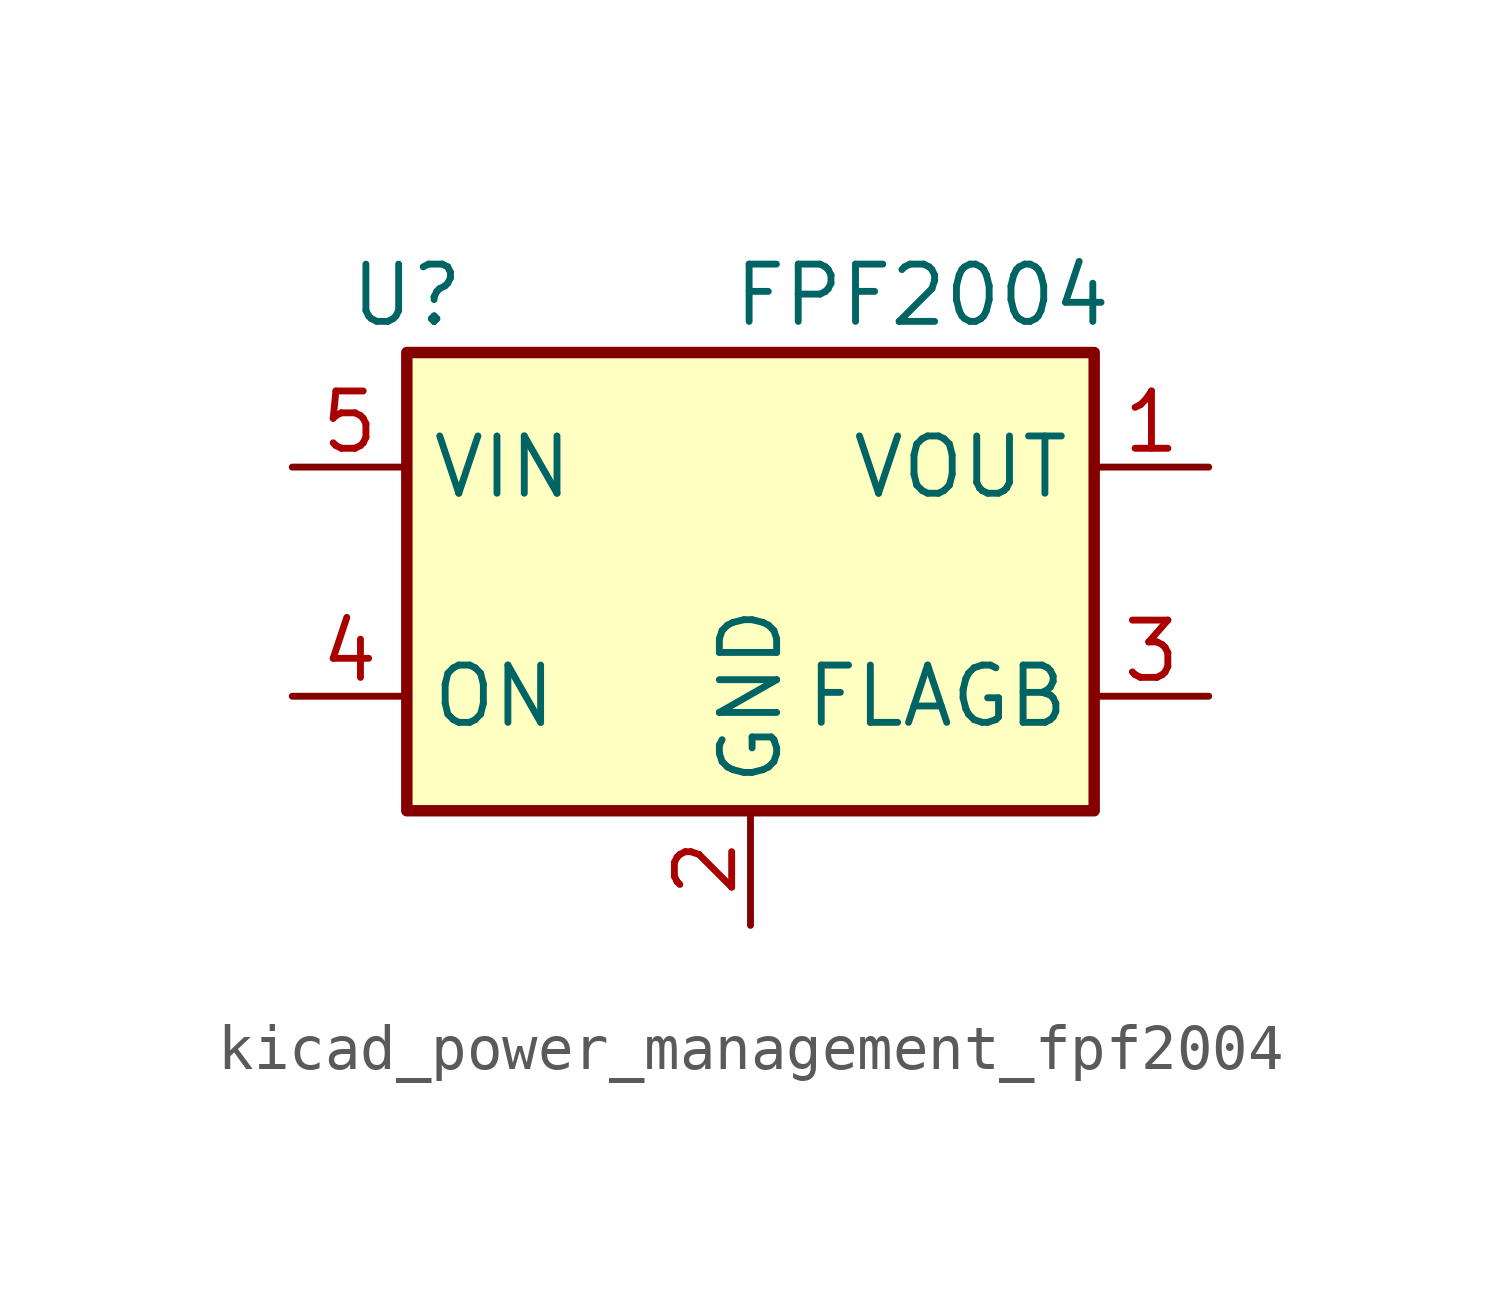
<source format=kicad_sym>
(kicad_symbol_lib
  (version 20220914)
  (generator kicad_symbol_editor)
  (symbol "kicad_power_management_fpf2004"
    (property "Reference" "U"
      (at -7.62 6.35 0)
      (effects (font (size 1.27 1.27))))
    (property "Value" "FPF2004"
      (at 3.81 6.35 0)
      (effects (font (size 1.27 1.27))))
    (symbol "kicad_power_management_fpf2004_0_1"
      (rectangle (start -7.62 5.08) (end 7.62 -5.08) (stroke (width 0.254) (type default)) (fill (type background))))
    (symbol "kicad_power_management_fpf2004_1_1"
      (pin power_out line (at 10.16 2.54 180) (length 2.54) (name "VOUT" (effects (font (size 1.27 1.27)))) (number "1" (effects (font (size 1.27 1.27)))))
      (pin power_in line (at 0 -7.62 90) (length 2.54) (name "GND" (effects (font (size 1.27 1.27)))) (number "2" (effects (font (size 1.27 1.27)))))
      (pin open_collector line (at 10.16 -2.54 180) (length 2.54) (name "FLAGB" (effects (font (size 1.27 1.27)))) (number "3" (effects (font (size 1.27 1.27)))))
      (pin input line (at -10.16 -2.54 0) (length 2.54) (name "ON" (effects (font (size 1.27 1.27)))) (number "4" (effects (font (size 1.27 1.27)))))
      (pin power_in line (at -10.16 2.54 0) (length 2.54) (name "VIN" (effects (font (size 1.27 1.27)))) (number "5" (effects (font (size 1.27 1.27))))))))
</source>
